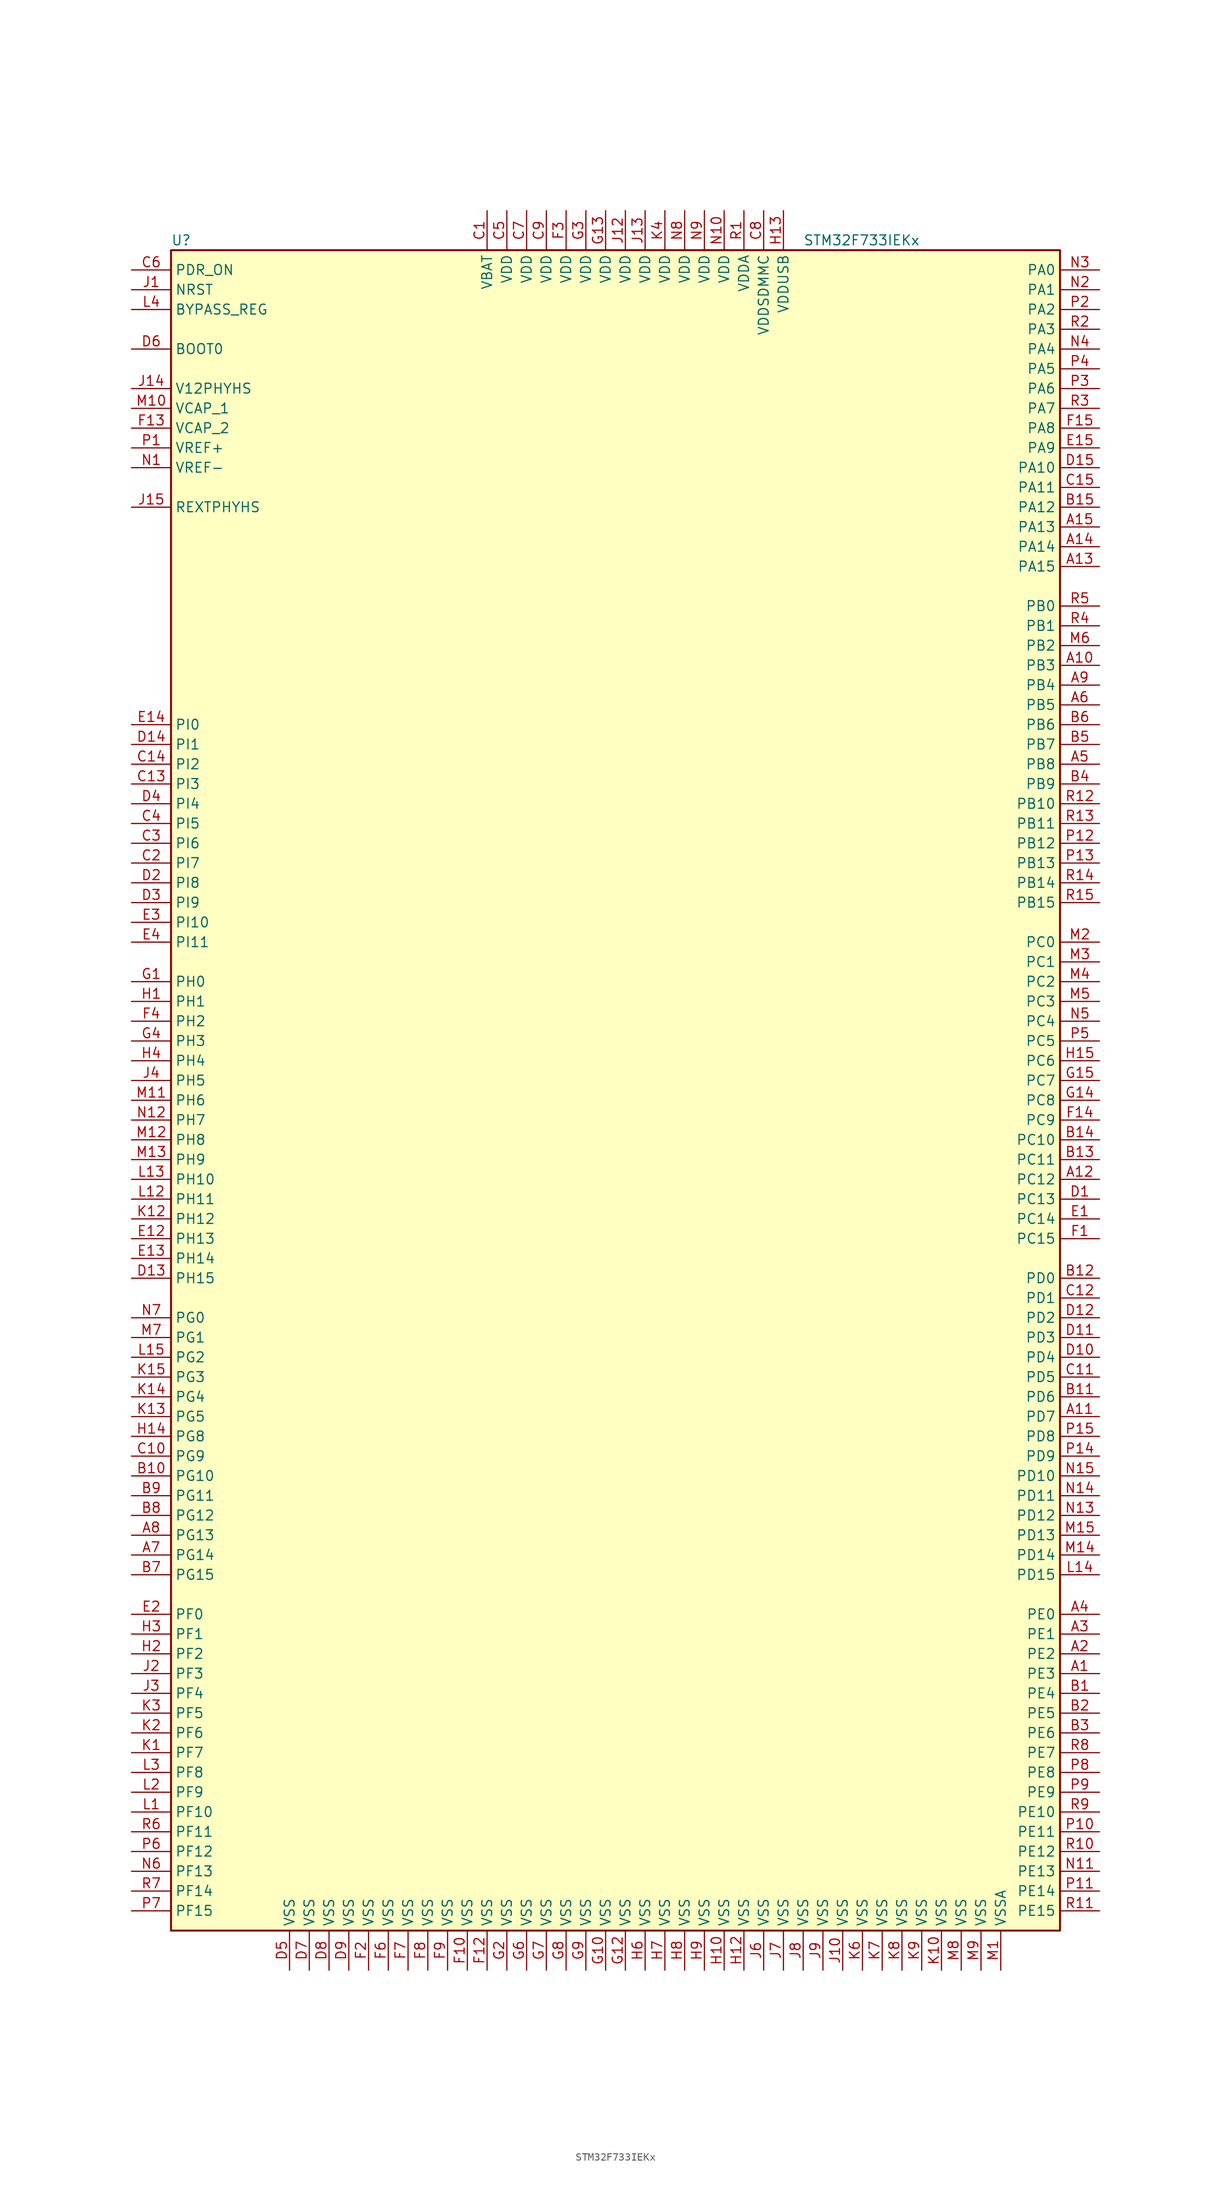
<source format=kicad_sym>
(kicad_symbol_lib
  (version 20201005)
  (generator kicad_symbol_editor)
  (symbol "STM32F733IEKx"
    (property "Reference" "U"
      (at -58.42 107.95 0)
      (effects (font (size 1.27 1.27)) (justify left)))
    (property "Value" "STM32F733IEKx"
      (at 22.86 107.95 0)
      (effects (font (size 1.27 1.27)) (justify left)))
    (symbol "STM32F733IEKx_0_1"
      (rectangle (start -58.42 -109.22) (end 55.88 106.68) (stroke (width 0.254)) (fill (type background))))
    (symbol "STM32F733IEKx_1_1"
      (pin input line (at -63.5 93.98 0) (length 5.08) (name "BOOT0" (effects (font (size 1.27 1.27)))) (number "D6" (effects (font (size 1.27 1.27)))))
      (pin input line (at -63.5 99.06 0) (length 5.08) (name "BYPASS_REG" (effects (font (size 1.27 1.27)))) (number "L4" (effects (font (size 1.27 1.27)))))
      (pin input line (at -63.5 101.6 0) (length 5.08) (name "NRST" (effects (font (size 1.27 1.27)))) (number "J1" (effects (font (size 1.27 1.27)))))
      (pin bidirectional line (at 60.96 104.14 180) (length 5.08) (name "PA0" (effects (font (size 1.27 1.27)))) (number "N3" (effects (font (size 1.27 1.27)))))
      (pin bidirectional line (at 60.96 101.6 180) (length 5.08) (name "PA1" (effects (font (size 1.27 1.27)))) (number "N2" (effects (font (size 1.27 1.27)))))
      (pin bidirectional line (at 60.96 78.74 180) (length 5.08) (name "PA10" (effects (font (size 1.27 1.27)))) (number "D15" (effects (font (size 1.27 1.27)))))
      (pin bidirectional line (at 60.96 76.2 180) (length 5.08) (name "PA11" (effects (font (size 1.27 1.27)))) (number "C15" (effects (font (size 1.27 1.27)))))
      (pin bidirectional line (at 60.96 73.66 180) (length 5.08) (name "PA12" (effects (font (size 1.27 1.27)))) (number "B15" (effects (font (size 1.27 1.27)))))
      (pin bidirectional line (at 60.96 71.12 180) (length 5.08) (name "PA13" (effects (font (size 1.27 1.27)))) (number "A15" (effects (font (size 1.27 1.27)))))
      (pin bidirectional line (at 60.96 68.58 180) (length 5.08) (name "PA14" (effects (font (size 1.27 1.27)))) (number "A14" (effects (font (size 1.27 1.27)))))
      (pin bidirectional line (at 60.96 66.04 180) (length 5.08) (name "PA15" (effects (font (size 1.27 1.27)))) (number "A13" (effects (font (size 1.27 1.27)))))
      (pin bidirectional line (at 60.96 99.06 180) (length 5.08) (name "PA2" (effects (font (size 1.27 1.27)))) (number "P2" (effects (font (size 1.27 1.27)))))
      (pin bidirectional line (at 60.96 96.52 180) (length 5.08) (name "PA3" (effects (font (size 1.27 1.27)))) (number "R2" (effects (font (size 1.27 1.27)))))
      (pin bidirectional line (at 60.96 93.98 180) (length 5.08) (name "PA4" (effects (font (size 1.27 1.27)))) (number "N4" (effects (font (size 1.27 1.27)))))
      (pin bidirectional line (at 60.96 91.44 180) (length 5.08) (name "PA5" (effects (font (size 1.27 1.27)))) (number "P4" (effects (font (size 1.27 1.27)))))
      (pin bidirectional line (at 60.96 88.9 180) (length 5.08) (name "PA6" (effects (font (size 1.27 1.27)))) (number "P3" (effects (font (size 1.27 1.27)))))
      (pin bidirectional line (at 60.96 86.36 180) (length 5.08) (name "PA7" (effects (font (size 1.27 1.27)))) (number "R3" (effects (font (size 1.27 1.27)))))
      (pin bidirectional line (at 60.96 83.82 180) (length 5.08) (name "PA8" (effects (font (size 1.27 1.27)))) (number "F15" (effects (font (size 1.27 1.27)))))
      (pin bidirectional line (at 60.96 81.28 180) (length 5.08) (name "PA9" (effects (font (size 1.27 1.27)))) (number "E15" (effects (font (size 1.27 1.27)))))
      (pin bidirectional line (at 60.96 60.96 180) (length 5.08) (name "PB0" (effects (font (size 1.27 1.27)))) (number "R5" (effects (font (size 1.27 1.27)))))
      (pin bidirectional line (at 60.96 58.42 180) (length 5.08) (name "PB1" (effects (font (size 1.27 1.27)))) (number "R4" (effects (font (size 1.27 1.27)))))
      (pin bidirectional line (at 60.96 35.56 180) (length 5.08) (name "PB10" (effects (font (size 1.27 1.27)))) (number "R12" (effects (font (size 1.27 1.27)))))
      (pin bidirectional line (at 60.96 33.02 180) (length 5.08) (name "PB11" (effects (font (size 1.27 1.27)))) (number "R13" (effects (font (size 1.27 1.27)))))
      (pin bidirectional line (at 60.96 30.48 180) (length 5.08) (name "PB12" (effects (font (size 1.27 1.27)))) (number "P12" (effects (font (size 1.27 1.27)))))
      (pin bidirectional line (at 60.96 27.94 180) (length 5.08) (name "PB13" (effects (font (size 1.27 1.27)))) (number "P13" (effects (font (size 1.27 1.27)))))
      (pin bidirectional line (at 60.96 25.4 180) (length 5.08) (name "PB14" (effects (font (size 1.27 1.27)))) (number "R14" (effects (font (size 1.27 1.27)))))
      (pin bidirectional line (at 60.96 22.86 180) (length 5.08) (name "PB15" (effects (font (size 1.27 1.27)))) (number "R15" (effects (font (size 1.27 1.27)))))
      (pin bidirectional line (at 60.96 55.88 180) (length 5.08) (name "PB2" (effects (font (size 1.27 1.27)))) (number "M6" (effects (font (size 1.27 1.27)))))
      (pin bidirectional line (at 60.96 53.34 180) (length 5.08) (name "PB3" (effects (font (size 1.27 1.27)))) (number "A10" (effects (font (size 1.27 1.27)))))
      (pin bidirectional line (at 60.96 50.8 180) (length 5.08) (name "PB4" (effects (font (size 1.27 1.27)))) (number "A9" (effects (font (size 1.27 1.27)))))
      (pin bidirectional line (at 60.96 48.26 180) (length 5.08) (name "PB5" (effects (font (size 1.27 1.27)))) (number "A6" (effects (font (size 1.27 1.27)))))
      (pin bidirectional line (at 60.96 45.72 180) (length 5.08) (name "PB6" (effects (font (size 1.27 1.27)))) (number "B6" (effects (font (size 1.27 1.27)))))
      (pin bidirectional line (at 60.96 43.18 180) (length 5.08) (name "PB7" (effects (font (size 1.27 1.27)))) (number "B5" (effects (font (size 1.27 1.27)))))
      (pin bidirectional line (at 60.96 40.64 180) (length 5.08) (name "PB8" (effects (font (size 1.27 1.27)))) (number "A5" (effects (font (size 1.27 1.27)))))
      (pin bidirectional line (at 60.96 38.1 180) (length 5.08) (name "PB9" (effects (font (size 1.27 1.27)))) (number "B4" (effects (font (size 1.27 1.27)))))
      (pin bidirectional line (at 60.96 17.78 180) (length 5.08) (name "PC0" (effects (font (size 1.27 1.27)))) (number "M2" (effects (font (size 1.27 1.27)))))
      (pin bidirectional line (at 60.96 15.24 180) (length 5.08) (name "PC1" (effects (font (size 1.27 1.27)))) (number "M3" (effects (font (size 1.27 1.27)))))
      (pin bidirectional line (at 60.96 -7.62 180) (length 5.08) (name "PC10" (effects (font (size 1.27 1.27)))) (number "B14" (effects (font (size 1.27 1.27)))))
      (pin bidirectional line (at 60.96 -10.16 180) (length 5.08) (name "PC11" (effects (font (size 1.27 1.27)))) (number "B13" (effects (font (size 1.27 1.27)))))
      (pin bidirectional line (at 60.96 -12.7 180) (length 5.08) (name "PC12" (effects (font (size 1.27 1.27)))) (number "A12" (effects (font (size 1.27 1.27)))))
      (pin bidirectional line (at 60.96 -15.24 180) (length 5.08) (name "PC13" (effects (font (size 1.27 1.27)))) (number "D1" (effects (font (size 1.27 1.27)))))
      (pin bidirectional line (at 60.96 -17.78 180) (length 5.08) (name "PC14" (effects (font (size 1.27 1.27)))) (number "E1" (effects (font (size 1.27 1.27)))))
      (pin bidirectional line (at 60.96 -20.32 180) (length 5.08) (name "PC15" (effects (font (size 1.27 1.27)))) (number "F1" (effects (font (size 1.27 1.27)))))
      (pin bidirectional line (at 60.96 12.7 180) (length 5.08) (name "PC2" (effects (font (size 1.27 1.27)))) (number "M4" (effects (font (size 1.27 1.27)))))
      (pin bidirectional line (at 60.96 10.16 180) (length 5.08) (name "PC3" (effects (font (size 1.27 1.27)))) (number "M5" (effects (font (size 1.27 1.27)))))
      (pin bidirectional line (at 60.96 7.62 180) (length 5.08) (name "PC4" (effects (font (size 1.27 1.27)))) (number "N5" (effects (font (size 1.27 1.27)))))
      (pin bidirectional line (at 60.96 5.08 180) (length 5.08) (name "PC5" (effects (font (size 1.27 1.27)))) (number "P5" (effects (font (size 1.27 1.27)))))
      (pin bidirectional line (at 60.96 2.54 180) (length 5.08) (name "PC6" (effects (font (size 1.27 1.27)))) (number "H15" (effects (font (size 1.27 1.27)))))
      (pin bidirectional line (at 60.96 0 180) (length 5.08) (name "PC7" (effects (font (size 1.27 1.27)))) (number "G15" (effects (font (size 1.27 1.27)))))
      (pin bidirectional line (at 60.96 -2.54 180) (length 5.08) (name "PC8" (effects (font (size 1.27 1.27)))) (number "G14" (effects (font (size 1.27 1.27)))))
      (pin bidirectional line (at 60.96 -5.08 180) (length 5.08) (name "PC9" (effects (font (size 1.27 1.27)))) (number "F14" (effects (font (size 1.27 1.27)))))
      (pin bidirectional line (at 60.96 -25.4 180) (length 5.08) (name "PD0" (effects (font (size 1.27 1.27)))) (number "B12" (effects (font (size 1.27 1.27)))))
      (pin bidirectional line (at 60.96 -27.94 180) (length 5.08) (name "PD1" (effects (font (size 1.27 1.27)))) (number "C12" (effects (font (size 1.27 1.27)))))
      (pin bidirectional line (at 60.96 -50.8 180) (length 5.08) (name "PD10" (effects (font (size 1.27 1.27)))) (number "N15" (effects (font (size 1.27 1.27)))))
      (pin bidirectional line (at 60.96 -53.34 180) (length 5.08) (name "PD11" (effects (font (size 1.27 1.27)))) (number "N14" (effects (font (size 1.27 1.27)))))
      (pin bidirectional line (at 60.96 -55.88 180) (length 5.08) (name "PD12" (effects (font (size 1.27 1.27)))) (number "N13" (effects (font (size 1.27 1.27)))))
      (pin bidirectional line (at 60.96 -58.42 180) (length 5.08) (name "PD13" (effects (font (size 1.27 1.27)))) (number "M15" (effects (font (size 1.27 1.27)))))
      (pin bidirectional line (at 60.96 -60.96 180) (length 5.08) (name "PD14" (effects (font (size 1.27 1.27)))) (number "M14" (effects (font (size 1.27 1.27)))))
      (pin bidirectional line (at 60.96 -63.5 180) (length 5.08) (name "PD15" (effects (font (size 1.27 1.27)))) (number "L14" (effects (font (size 1.27 1.27)))))
      (pin bidirectional line (at 60.96 -30.48 180) (length 5.08) (name "PD2" (effects (font (size 1.27 1.27)))) (number "D12" (effects (font (size 1.27 1.27)))))
      (pin bidirectional line (at 60.96 -33.02 180) (length 5.08) (name "PD3" (effects (font (size 1.27 1.27)))) (number "D11" (effects (font (size 1.27 1.27)))))
      (pin bidirectional line (at 60.96 -35.56 180) (length 5.08) (name "PD4" (effects (font (size 1.27 1.27)))) (number "D10" (effects (font (size 1.27 1.27)))))
      (pin bidirectional line (at 60.96 -38.1 180) (length 5.08) (name "PD5" (effects (font (size 1.27 1.27)))) (number "C11" (effects (font (size 1.27 1.27)))))
      (pin bidirectional line (at 60.96 -40.64 180) (length 5.08) (name "PD6" (effects (font (size 1.27 1.27)))) (number "B11" (effects (font (size 1.27 1.27)))))
      (pin bidirectional line (at 60.96 -43.18 180) (length 5.08) (name "PD7" (effects (font (size 1.27 1.27)))) (number "A11" (effects (font (size 1.27 1.27)))))
      (pin bidirectional line (at 60.96 -45.72 180) (length 5.08) (name "PD8" (effects (font (size 1.27 1.27)))) (number "P15" (effects (font (size 1.27 1.27)))))
      (pin bidirectional line (at 60.96 -48.26 180) (length 5.08) (name "PD9" (effects (font (size 1.27 1.27)))) (number "P14" (effects (font (size 1.27 1.27)))))
      (pin input line (at -63.5 104.14 0) (length 5.08) (name "PDR_ON" (effects (font (size 1.27 1.27)))) (number "C6" (effects (font (size 1.27 1.27)))))
      (pin bidirectional line (at 60.96 -68.58 180) (length 5.08) (name "PE0" (effects (font (size 1.27 1.27)))) (number "A4" (effects (font (size 1.27 1.27)))))
      (pin bidirectional line (at 60.96 -71.12 180) (length 5.08) (name "PE1" (effects (font (size 1.27 1.27)))) (number "A3" (effects (font (size 1.27 1.27)))))
      (pin bidirectional line (at 60.96 -93.98 180) (length 5.08) (name "PE10" (effects (font (size 1.27 1.27)))) (number "R9" (effects (font (size 1.27 1.27)))))
      (pin bidirectional line (at 60.96 -96.52 180) (length 5.08) (name "PE11" (effects (font (size 1.27 1.27)))) (number "P10" (effects (font (size 1.27 1.27)))))
      (pin bidirectional line (at 60.96 -99.06 180) (length 5.08) (name "PE12" (effects (font (size 1.27 1.27)))) (number "R10" (effects (font (size 1.27 1.27)))))
      (pin bidirectional line (at 60.96 -101.6 180) (length 5.08) (name "PE13" (effects (font (size 1.27 1.27)))) (number "N11" (effects (font (size 1.27 1.27)))))
      (pin bidirectional line (at 60.96 -104.14 180) (length 5.08) (name "PE14" (effects (font (size 1.27 1.27)))) (number "P11" (effects (font (size 1.27 1.27)))))
      (pin bidirectional line (at 60.96 -106.68 180) (length 5.08) (name "PE15" (effects (font (size 1.27 1.27)))) (number "R11" (effects (font (size 1.27 1.27)))))
      (pin bidirectional line (at 60.96 -73.66 180) (length 5.08) (name "PE2" (effects (font (size 1.27 1.27)))) (number "A2" (effects (font (size 1.27 1.27)))))
      (pin bidirectional line (at 60.96 -76.2 180) (length 5.08) (name "PE3" (effects (font (size 1.27 1.27)))) (number "A1" (effects (font (size 1.27 1.27)))))
      (pin bidirectional line (at 60.96 -78.74 180) (length 5.08) (name "PE4" (effects (font (size 1.27 1.27)))) (number "B1" (effects (font (size 1.27 1.27)))))
      (pin bidirectional line (at 60.96 -81.28 180) (length 5.08) (name "PE5" (effects (font (size 1.27 1.27)))) (number "B2" (effects (font (size 1.27 1.27)))))
      (pin bidirectional line (at 60.96 -83.82 180) (length 5.08) (name "PE6" (effects (font (size 1.27 1.27)))) (number "B3" (effects (font (size 1.27 1.27)))))
      (pin bidirectional line (at 60.96 -86.36 180) (length 5.08) (name "PE7" (effects (font (size 1.27 1.27)))) (number "R8" (effects (font (size 1.27 1.27)))))
      (pin bidirectional line (at 60.96 -88.9 180) (length 5.08) (name "PE8" (effects (font (size 1.27 1.27)))) (number "P8" (effects (font (size 1.27 1.27)))))
      (pin bidirectional line (at 60.96 -91.44 180) (length 5.08) (name "PE9" (effects (font (size 1.27 1.27)))) (number "P9" (effects (font (size 1.27 1.27)))))
      (pin bidirectional line (at -63.5 -68.58 0) (length 5.08) (name "PF0" (effects (font (size 1.27 1.27)))) (number "E2" (effects (font (size 1.27 1.27)))))
      (pin bidirectional line (at -63.5 -71.12 0) (length 5.08) (name "PF1" (effects (font (size 1.27 1.27)))) (number "H3" (effects (font (size 1.27 1.27)))))
      (pin bidirectional line (at -63.5 -93.98 0) (length 5.08) (name "PF10" (effects (font (size 1.27 1.27)))) (number "L1" (effects (font (size 1.27 1.27)))))
      (pin bidirectional line (at -63.5 -96.52 0) (length 5.08) (name "PF11" (effects (font (size 1.27 1.27)))) (number "R6" (effects (font (size 1.27 1.27)))))
      (pin bidirectional line (at -63.5 -99.06 0) (length 5.08) (name "PF12" (effects (font (size 1.27 1.27)))) (number "P6" (effects (font (size 1.27 1.27)))))
      (pin bidirectional line (at -63.5 -101.6 0) (length 5.08) (name "PF13" (effects (font (size 1.27 1.27)))) (number "N6" (effects (font (size 1.27 1.27)))))
      (pin bidirectional line (at -63.5 -104.14 0) (length 5.08) (name "PF14" (effects (font (size 1.27 1.27)))) (number "R7" (effects (font (size 1.27 1.27)))))
      (pin bidirectional line (at -63.5 -106.68 0) (length 5.08) (name "PF15" (effects (font (size 1.27 1.27)))) (number "P7" (effects (font (size 1.27 1.27)))))
      (pin bidirectional line (at -63.5 -73.66 0) (length 5.08) (name "PF2" (effects (font (size 1.27 1.27)))) (number "H2" (effects (font (size 1.27 1.27)))))
      (pin bidirectional line (at -63.5 -76.2 0) (length 5.08) (name "PF3" (effects (font (size 1.27 1.27)))) (number "J2" (effects (font (size 1.27 1.27)))))
      (pin bidirectional line (at -63.5 -78.74 0) (length 5.08) (name "PF4" (effects (font (size 1.27 1.27)))) (number "J3" (effects (font (size 1.27 1.27)))))
      (pin bidirectional line (at -63.5 -81.28 0) (length 5.08) (name "PF5" (effects (font (size 1.27 1.27)))) (number "K3" (effects (font (size 1.27 1.27)))))
      (pin bidirectional line (at -63.5 -83.82 0) (length 5.08) (name "PF6" (effects (font (size 1.27 1.27)))) (number "K2" (effects (font (size 1.27 1.27)))))
      (pin bidirectional line (at -63.5 -86.36 0) (length 5.08) (name "PF7" (effects (font (size 1.27 1.27)))) (number "K1" (effects (font (size 1.27 1.27)))))
      (pin bidirectional line (at -63.5 -88.9 0) (length 5.08) (name "PF8" (effects (font (size 1.27 1.27)))) (number "L3" (effects (font (size 1.27 1.27)))))
      (pin bidirectional line (at -63.5 -91.44 0) (length 5.08) (name "PF9" (effects (font (size 1.27 1.27)))) (number "L2" (effects (font (size 1.27 1.27)))))
      (pin bidirectional line (at -63.5 -30.48 0) (length 5.08) (name "PG0" (effects (font (size 1.27 1.27)))) (number "N7" (effects (font (size 1.27 1.27)))))
      (pin bidirectional line (at -63.5 -33.02 0) (length 5.08) (name "PG1" (effects (font (size 1.27 1.27)))) (number "M7" (effects (font (size 1.27 1.27)))))
      (pin bidirectional line (at -63.5 -50.8 0) (length 5.08) (name "PG10" (effects (font (size 1.27 1.27)))) (number "B10" (effects (font (size 1.27 1.27)))))
      (pin bidirectional line (at -63.5 -53.34 0) (length 5.08) (name "PG11" (effects (font (size 1.27 1.27)))) (number "B9" (effects (font (size 1.27 1.27)))))
      (pin bidirectional line (at -63.5 -55.88 0) (length 5.08) (name "PG12" (effects (font (size 1.27 1.27)))) (number "B8" (effects (font (size 1.27 1.27)))))
      (pin bidirectional line (at -63.5 -58.42 0) (length 5.08) (name "PG13" (effects (font (size 1.27 1.27)))) (number "A8" (effects (font (size 1.27 1.27)))))
      (pin bidirectional line (at -63.5 -60.96 0) (length 5.08) (name "PG14" (effects (font (size 1.27 1.27)))) (number "A7" (effects (font (size 1.27 1.27)))))
      (pin bidirectional line (at -63.5 -63.5 0) (length 5.08) (name "PG15" (effects (font (size 1.27 1.27)))) (number "B7" (effects (font (size 1.27 1.27)))))
      (pin bidirectional line (at -63.5 -35.56 0) (length 5.08) (name "PG2" (effects (font (size 1.27 1.27)))) (number "L15" (effects (font (size 1.27 1.27)))))
      (pin bidirectional line (at -63.5 -38.1 0) (length 5.08) (name "PG3" (effects (font (size 1.27 1.27)))) (number "K15" (effects (font (size 1.27 1.27)))))
      (pin bidirectional line (at -63.5 -40.64 0) (length 5.08) (name "PG4" (effects (font (size 1.27 1.27)))) (number "K14" (effects (font (size 1.27 1.27)))))
      (pin bidirectional line (at -63.5 -43.18 0) (length 5.08) (name "PG5" (effects (font (size 1.27 1.27)))) (number "K13" (effects (font (size 1.27 1.27)))))
      (pin bidirectional line (at -63.5 -45.72 0) (length 5.08) (name "PG8" (effects (font (size 1.27 1.27)))) (number "H14" (effects (font (size 1.27 1.27)))))
      (pin bidirectional line (at -63.5 -48.26 0) (length 5.08) (name "PG9" (effects (font (size 1.27 1.27)))) (number "C10" (effects (font (size 1.27 1.27)))))
      (pin input line (at -63.5 12.7 0) (length 5.08) (name "PH0" (effects (font (size 1.27 1.27)))) (number "G1" (effects (font (size 1.27 1.27)))))
      (pin input line (at -63.5 10.16 0) (length 5.08) (name "PH1" (effects (font (size 1.27 1.27)))) (number "H1" (effects (font (size 1.27 1.27)))))
      (pin bidirectional line (at -63.5 -12.7 0) (length 5.08) (name "PH10" (effects (font (size 1.27 1.27)))) (number "L13" (effects (font (size 1.27 1.27)))))
      (pin bidirectional line (at -63.5 -15.24 0) (length 5.08) (name "PH11" (effects (font (size 1.27 1.27)))) (number "L12" (effects (font (size 1.27 1.27)))))
      (pin bidirectional line (at -63.5 -17.78 0) (length 5.08) (name "PH12" (effects (font (size 1.27 1.27)))) (number "K12" (effects (font (size 1.27 1.27)))))
      (pin bidirectional line (at -63.5 -20.32 0) (length 5.08) (name "PH13" (effects (font (size 1.27 1.27)))) (number "E12" (effects (font (size 1.27 1.27)))))
      (pin bidirectional line (at -63.5 -22.86 0) (length 5.08) (name "PH14" (effects (font (size 1.27 1.27)))) (number "E13" (effects (font (size 1.27 1.27)))))
      (pin bidirectional line (at -63.5 -25.4 0) (length 5.08) (name "PH15" (effects (font (size 1.27 1.27)))) (number "D13" (effects (font (size 1.27 1.27)))))
      (pin bidirectional line (at -63.5 7.62 0) (length 5.08) (name "PH2" (effects (font (size 1.27 1.27)))) (number "F4" (effects (font (size 1.27 1.27)))))
      (pin bidirectional line (at -63.5 5.08 0) (length 5.08) (name "PH3" (effects (font (size 1.27 1.27)))) (number "G4" (effects (font (size 1.27 1.27)))))
      (pin bidirectional line (at -63.5 2.54 0) (length 5.08) (name "PH4" (effects (font (size 1.27 1.27)))) (number "H4" (effects (font (size 1.27 1.27)))))
      (pin bidirectional line (at -63.5 0 0) (length 5.08) (name "PH5" (effects (font (size 1.27 1.27)))) (number "J4" (effects (font (size 1.27 1.27)))))
      (pin bidirectional line (at -63.5 -2.54 0) (length 5.08) (name "PH6" (effects (font (size 1.27 1.27)))) (number "M11" (effects (font (size 1.27 1.27)))))
      (pin bidirectional line (at -63.5 -5.08 0) (length 5.08) (name "PH7" (effects (font (size 1.27 1.27)))) (number "N12" (effects (font (size 1.27 1.27)))))
      (pin bidirectional line (at -63.5 -7.62 0) (length 5.08) (name "PH8" (effects (font (size 1.27 1.27)))) (number "M12" (effects (font (size 1.27 1.27)))))
      (pin bidirectional line (at -63.5 -10.16 0) (length 5.08) (name "PH9" (effects (font (size 1.27 1.27)))) (number "M13" (effects (font (size 1.27 1.27)))))
      (pin bidirectional line (at -63.5 45.72 0) (length 5.08) (name "PI0" (effects (font (size 1.27 1.27)))) (number "E14" (effects (font (size 1.27 1.27)))))
      (pin bidirectional line (at -63.5 43.18 0) (length 5.08) (name "PI1" (effects (font (size 1.27 1.27)))) (number "D14" (effects (font (size 1.27 1.27)))))
      (pin bidirectional line (at -63.5 20.32 0) (length 5.08) (name "PI10" (effects (font (size 1.27 1.27)))) (number "E3" (effects (font (size 1.27 1.27)))))
      (pin bidirectional line (at -63.5 17.78 0) (length 5.08) (name "PI11" (effects (font (size 1.27 1.27)))) (number "E4" (effects (font (size 1.27 1.27)))))
      (pin bidirectional line (at -63.5 40.64 0) (length 5.08) (name "PI2" (effects (font (size 1.27 1.27)))) (number "C14" (effects (font (size 1.27 1.27)))))
      (pin bidirectional line (at -63.5 38.1 0) (length 5.08) (name "PI3" (effects (font (size 1.27 1.27)))) (number "C13" (effects (font (size 1.27 1.27)))))
      (pin bidirectional line (at -63.5 35.56 0) (length 5.08) (name "PI4" (effects (font (size 1.27 1.27)))) (number "D4" (effects (font (size 1.27 1.27)))))
      (pin bidirectional line (at -63.5 33.02 0) (length 5.08) (name "PI5" (effects (font (size 1.27 1.27)))) (number "C4" (effects (font (size 1.27 1.27)))))
      (pin bidirectional line (at -63.5 30.48 0) (length 5.08) (name "PI6" (effects (font (size 1.27 1.27)))) (number "C3" (effects (font (size 1.27 1.27)))))
      (pin bidirectional line (at -63.5 27.94 0) (length 5.08) (name "PI7" (effects (font (size 1.27 1.27)))) (number "C2" (effects (font (size 1.27 1.27)))))
      (pin bidirectional line (at -63.5 25.4 0) (length 5.08) (name "PI8" (effects (font (size 1.27 1.27)))) (number "D2" (effects (font (size 1.27 1.27)))))
      (pin bidirectional line (at -63.5 22.86 0) (length 5.08) (name "PI9" (effects (font (size 1.27 1.27)))) (number "D3" (effects (font (size 1.27 1.27)))))
      (pin bidirectional line (at -63.5 73.66 0) (length 5.08) (name "REXTPHYHS" (effects (font (size 1.27 1.27)))) (number "J15" (effects (font (size 1.27 1.27)))))
      (pin power_in line (at -63.5 88.9 0) (length 5.08) (name "V12PHYHS" (effects (font (size 1.27 1.27)))) (number "J14" (effects (font (size 1.27 1.27)))))
      (pin power_in line (at -17.78 111.76 270) (length 5.08) (name "VBAT" (effects (font (size 1.27 1.27)))) (number "C1" (effects (font (size 1.27 1.27)))))
      (pin power_in line (at -63.5 86.36 0) (length 5.08) (name "VCAP_1" (effects (font (size 1.27 1.27)))) (number "M10" (effects (font (size 1.27 1.27)))))
      (pin power_in line (at -63.5 83.82 0) (length 5.08) (name "VCAP_2" (effects (font (size 1.27 1.27)))) (number "F13" (effects (font (size 1.27 1.27)))))
      (pin power_in line (at -15.24 111.76 270) (length 5.08) (name "VDD" (effects (font (size 1.27 1.27)))) (number "C5" (effects (font (size 1.27 1.27)))))
      (pin power_in line (at -12.7 111.76 270) (length 5.08) (name "VDD" (effects (font (size 1.27 1.27)))) (number "C7" (effects (font (size 1.27 1.27)))))
      (pin power_in line (at -10.16 111.76 270) (length 5.08) (name "VDD" (effects (font (size 1.27 1.27)))) (number "C9" (effects (font (size 1.27 1.27)))))
      (pin power_in line (at -7.62 111.76 270) (length 5.08) (name "VDD" (effects (font (size 1.27 1.27)))) (number "F3" (effects (font (size 1.27 1.27)))))
      (pin power_in line (at -2.54 111.76 270) (length 5.08) (name "VDD" (effects (font (size 1.27 1.27)))) (number "G13" (effects (font (size 1.27 1.27)))))
      (pin power_in line (at -5.08 111.76 270) (length 5.08) (name "VDD" (effects (font (size 1.27 1.27)))) (number "G3" (effects (font (size 1.27 1.27)))))
      (pin power_in line (at 0 111.76 270) (length 5.08) (name "VDD" (effects (font (size 1.27 1.27)))) (number "J12" (effects (font (size 1.27 1.27)))))
      (pin power_in line (at 2.54 111.76 270) (length 5.08) (name "VDD" (effects (font (size 1.27 1.27)))) (number "J13" (effects (font (size 1.27 1.27)))))
      (pin power_in line (at 5.08 111.76 270) (length 5.08) (name "VDD" (effects (font (size 1.27 1.27)))) (number "K4" (effects (font (size 1.27 1.27)))))
      (pin power_in line (at 12.7 111.76 270) (length 5.08) (name "VDD" (effects (font (size 1.27 1.27)))) (number "N10" (effects (font (size 1.27 1.27)))))
      (pin power_in line (at 7.62 111.76 270) (length 5.08) (name "VDD" (effects (font (size 1.27 1.27)))) (number "N8" (effects (font (size 1.27 1.27)))))
      (pin power_in line (at 10.16 111.76 270) (length 5.08) (name "VDD" (effects (font (size 1.27 1.27)))) (number "N9" (effects (font (size 1.27 1.27)))))
      (pin power_in line (at 15.24 111.76 270) (length 5.08) (name "VDDA" (effects (font (size 1.27 1.27)))) (number "R1" (effects (font (size 1.27 1.27)))))
      (pin power_in line (at 17.78 111.76 270) (length 5.08) (name "VDDSDMMC" (effects (font (size 1.27 1.27)))) (number "C8" (effects (font (size 1.27 1.27)))))
      (pin power_in line (at 20.32 111.76 270) (length 5.08) (name "VDDUSB" (effects (font (size 1.27 1.27)))) (number "H13" (effects (font (size 1.27 1.27)))))
      (pin power_in line (at -63.5 81.28 0) (length 5.08) (name "VREF+" (effects (font (size 1.27 1.27)))) (number "P1" (effects (font (size 1.27 1.27)))))
      (pin power_in line (at -63.5 78.74 0) (length 5.08) (name "VREF-" (effects (font (size 1.27 1.27)))) (number "N1" (effects (font (size 1.27 1.27)))))
      (pin power_in line (at -43.18 -114.3 90) (length 5.08) (name "VSS" (effects (font (size 1.27 1.27)))) (number "D5" (effects (font (size 1.27 1.27)))))
      (pin power_in line (at -40.64 -114.3 90) (length 5.08) (name "VSS" (effects (font (size 1.27 1.27)))) (number "D7" (effects (font (size 1.27 1.27)))))
      (pin power_in line (at -38.1 -114.3 90) (length 5.08) (name "VSS" (effects (font (size 1.27 1.27)))) (number "D8" (effects (font (size 1.27 1.27)))))
      (pin power_in line (at -35.56 -114.3 90) (length 5.08) (name "VSS" (effects (font (size 1.27 1.27)))) (number "D9" (effects (font (size 1.27 1.27)))))
      (pin power_in line (at -20.32 -114.3 90) (length 5.08) (name "VSS" (effects (font (size 1.27 1.27)))) (number "F10" (effects (font (size 1.27 1.27)))))
      (pin power_in line (at -17.78 -114.3 90) (length 5.08) (name "VSS" (effects (font (size 1.27 1.27)))) (number "F12" (effects (font (size 1.27 1.27)))))
      (pin power_in line (at -33.02 -114.3 90) (length 5.08) (name "VSS" (effects (font (size 1.27 1.27)))) (number "F2" (effects (font (size 1.27 1.27)))))
      (pin power_in line (at -30.48 -114.3 90) (length 5.08) (name "VSS" (effects (font (size 1.27 1.27)))) (number "F6" (effects (font (size 1.27 1.27)))))
      (pin power_in line (at -27.94 -114.3 90) (length 5.08) (name "VSS" (effects (font (size 1.27 1.27)))) (number "F7" (effects (font (size 1.27 1.27)))))
      (pin power_in line (at -25.4 -114.3 90) (length 5.08) (name "VSS" (effects (font (size 1.27 1.27)))) (number "F8" (effects (font (size 1.27 1.27)))))
      (pin power_in line (at -22.86 -114.3 90) (length 5.08) (name "VSS" (effects (font (size 1.27 1.27)))) (number "F9" (effects (font (size 1.27 1.27)))))
      (pin power_in line (at -2.54 -114.3 90) (length 5.08) (name "VSS" (effects (font (size 1.27 1.27)))) (number "G10" (effects (font (size 1.27 1.27)))))
      (pin power_in line (at 0 -114.3 90) (length 5.08) (name "VSS" (effects (font (size 1.27 1.27)))) (number "G12" (effects (font (size 1.27 1.27)))))
      (pin power_in line (at -15.24 -114.3 90) (length 5.08) (name "VSS" (effects (font (size 1.27 1.27)))) (number "G2" (effects (font (size 1.27 1.27)))))
      (pin power_in line (at -12.7 -114.3 90) (length 5.08) (name "VSS" (effects (font (size 1.27 1.27)))) (number "G6" (effects (font (size 1.27 1.27)))))
      (pin power_in line (at -10.16 -114.3 90) (length 5.08) (name "VSS" (effects (font (size 1.27 1.27)))) (number "G7" (effects (font (size 1.27 1.27)))))
      (pin power_in line (at -7.62 -114.3 90) (length 5.08) (name "VSS" (effects (font (size 1.27 1.27)))) (number "G8" (effects (font (size 1.27 1.27)))))
      (pin power_in line (at -5.08 -114.3 90) (length 5.08) (name "VSS" (effects (font (size 1.27 1.27)))) (number "G9" (effects (font (size 1.27 1.27)))))
      (pin power_in line (at 12.7 -114.3 90) (length 5.08) (name "VSS" (effects (font (size 1.27 1.27)))) (number "H10" (effects (font (size 1.27 1.27)))))
      (pin power_in line (at 15.24 -114.3 90) (length 5.08) (name "VSS" (effects (font (size 1.27 1.27)))) (number "H12" (effects (font (size 1.27 1.27)))))
      (pin power_in line (at 2.54 -114.3 90) (length 5.08) (name "VSS" (effects (font (size 1.27 1.27)))) (number "H6" (effects (font (size 1.27 1.27)))))
      (pin power_in line (at 5.08 -114.3 90) (length 5.08) (name "VSS" (effects (font (size 1.27 1.27)))) (number "H7" (effects (font (size 1.27 1.27)))))
      (pin power_in line (at 7.62 -114.3 90) (length 5.08) (name "VSS" (effects (font (size 1.27 1.27)))) (number "H8" (effects (font (size 1.27 1.27)))))
      (pin power_in line (at 10.16 -114.3 90) (length 5.08) (name "VSS" (effects (font (size 1.27 1.27)))) (number "H9" (effects (font (size 1.27 1.27)))))
      (pin power_in line (at 27.94 -114.3 90) (length 5.08) (name "VSS" (effects (font (size 1.27 1.27)))) (number "J10" (effects (font (size 1.27 1.27)))))
      (pin power_in line (at 17.78 -114.3 90) (length 5.08) (name "VSS" (effects (font (size 1.27 1.27)))) (number "J6" (effects (font (size 1.27 1.27)))))
      (pin power_in line (at 20.32 -114.3 90) (length 5.08) (name "VSS" (effects (font (size 1.27 1.27)))) (number "J7" (effects (font (size 1.27 1.27)))))
      (pin power_in line (at 22.86 -114.3 90) (length 5.08) (name "VSS" (effects (font (size 1.27 1.27)))) (number "J8" (effects (font (size 1.27 1.27)))))
      (pin power_in line (at 25.4 -114.3 90) (length 5.08) (name "VSS" (effects (font (size 1.27 1.27)))) (number "J9" (effects (font (size 1.27 1.27)))))
      (pin power_in line (at 40.64 -114.3 90) (length 5.08) (name "VSS" (effects (font (size 1.27 1.27)))) (number "K10" (effects (font (size 1.27 1.27)))))
      (pin power_in line (at 30.48 -114.3 90) (length 5.08) (name "VSS" (effects (font (size 1.27 1.27)))) (number "K6" (effects (font (size 1.27 1.27)))))
      (pin power_in line (at 33.02 -114.3 90) (length 5.08) (name "VSS" (effects (font (size 1.27 1.27)))) (number "K7" (effects (font (size 1.27 1.27)))))
      (pin power_in line (at 35.56 -114.3 90) (length 5.08) (name "VSS" (effects (font (size 1.27 1.27)))) (number "K8" (effects (font (size 1.27 1.27)))))
      (pin power_in line (at 38.1 -114.3 90) (length 5.08) (name "VSS" (effects (font (size 1.27 1.27)))) (number "K9" (effects (font (size 1.27 1.27)))))
      (pin power_in line (at 43.18 -114.3 90) (length 5.08) (name "VSS" (effects (font (size 1.27 1.27)))) (number "M8" (effects (font (size 1.27 1.27)))))
      (pin power_in line (at 45.72 -114.3 90) (length 5.08) (name "VSS" (effects (font (size 1.27 1.27)))) (number "M9" (effects (font (size 1.27 1.27)))))
      (pin power_in line (at 48.26 -114.3 90) (length 5.08) (name "VSSA" (effects (font (size 1.27 1.27)))) (number "M1" (effects (font (size 1.27 1.27))))))))
</source>
